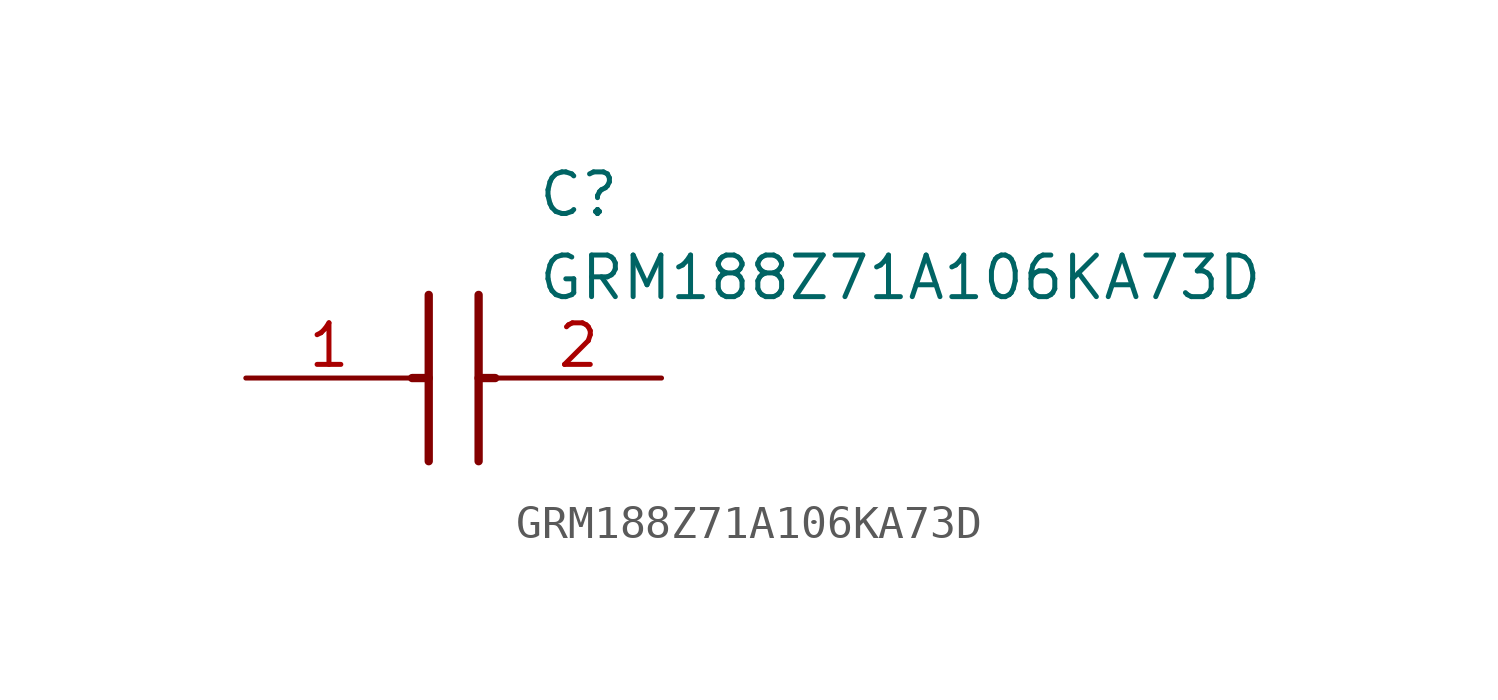
<source format=kicad_sym>
(kicad_symbol_lib
  (version 20211014)
  (generator SamacSys_ECAD_Model)
  (symbol "GRM188Z71A106KA73D"
    (pin_names hide)
    (property "Reference" "C"
      (at 8.89 6.35 0)
      (effects (font (size 1.27 1.27)) (justify left top)))
    (property "Value" "GRM188Z71A106KA73D"
      (at 8.89 3.81 0)
      (effects (font (size 1.27 1.27)) (justify left top)))
    (polyline
      (pts (xy 5.588 2.54) (xy 5.588 -2.54))
      (stroke (width 0.254) (type default))
      (fill (type none)))
    (polyline
      (pts (xy 7.112 2.54) (xy 7.112 -2.54))
      (stroke (width 0.254) (type default))
      (fill (type none)))
    (polyline
      (pts (xy 5.08 0) (xy 5.588 0))
      (stroke (width 0.254) (type default))
      (fill (type none)))
    (polyline
      (pts (xy 7.112 0) (xy 7.62 0))
      (stroke (width 0.254) (type default))
      (fill (type none)))
    (pin passive line
      (at 0 0 0)
      (length 5.08)
      (name "1" (effects (font (size 1.27 1.27))))
      (number "1" (effects (font (size 1.27 1.27)))))
    (pin passive line
      (at 12.7 0 180)
      (length 5.08)
      (name "2" (effects (font (size 1.27 1.27))))
      (number "2" (effects (font (size 1.27 1.27)))))))
</source>
